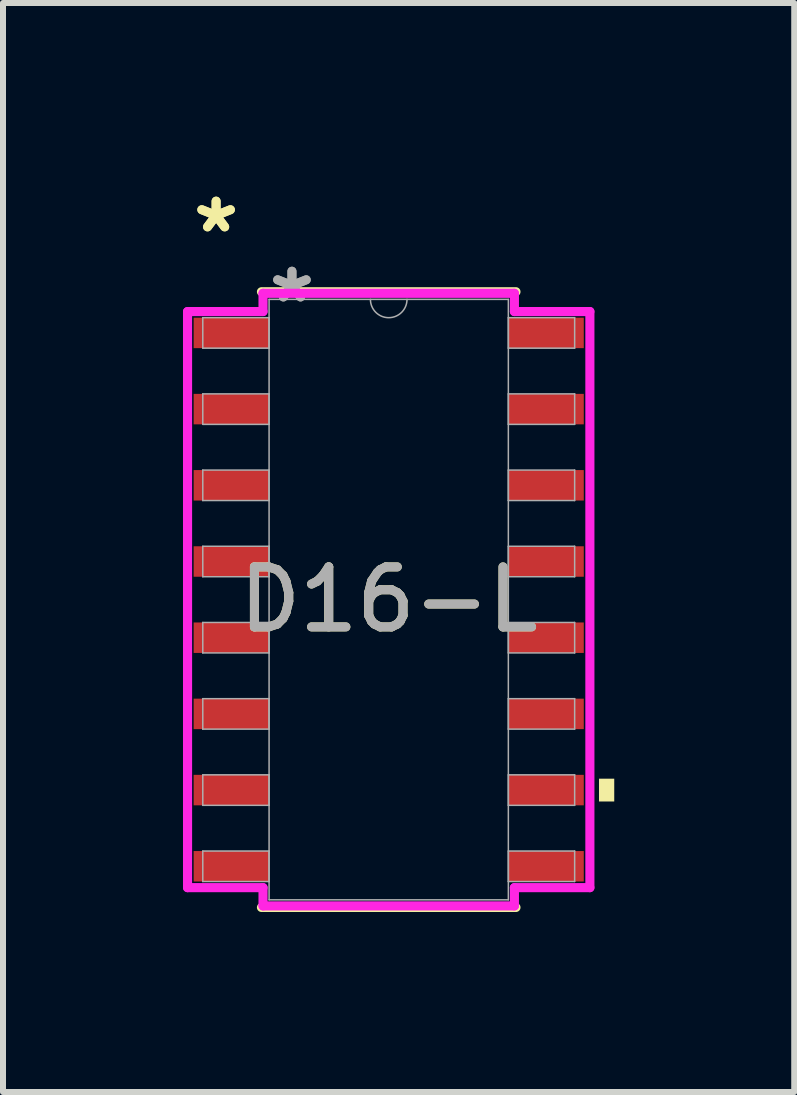
<source format=kicad_pcb>
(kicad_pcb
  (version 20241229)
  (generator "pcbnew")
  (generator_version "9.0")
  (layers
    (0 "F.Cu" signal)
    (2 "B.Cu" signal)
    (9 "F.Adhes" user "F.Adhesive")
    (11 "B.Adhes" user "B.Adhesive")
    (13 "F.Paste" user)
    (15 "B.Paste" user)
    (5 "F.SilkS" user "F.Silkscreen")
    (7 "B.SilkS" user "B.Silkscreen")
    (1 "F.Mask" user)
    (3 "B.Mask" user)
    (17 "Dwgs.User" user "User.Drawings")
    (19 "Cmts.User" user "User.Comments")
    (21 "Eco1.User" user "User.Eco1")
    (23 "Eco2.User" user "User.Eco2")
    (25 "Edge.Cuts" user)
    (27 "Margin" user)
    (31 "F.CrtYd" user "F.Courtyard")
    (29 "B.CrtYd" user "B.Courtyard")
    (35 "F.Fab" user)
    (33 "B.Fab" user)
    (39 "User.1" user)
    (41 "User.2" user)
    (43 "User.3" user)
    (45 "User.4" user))
  (footprint "D16-L"
    (layer "F.Cu")
    (at 3.429 6.944)
    (property "Reference" "D16-L" (at 0 0 0) (unlocked yes) (layer "F.SilkS") (effects (font (size 1 1) (thickness 0.15))))
    (attr smd)
    (fp_line (start -2.121 5.131) (end 2.121 5.131) (stroke (width 0.152) (type solid)) (layer "F.SilkS"))
    (fp_line (start 2.121 -5.131) (end -2.121 -5.131) (stroke (width 0.152) (type solid)) (layer "F.SilkS"))
    (fp_poly (pts (xy 3.759 2.985) (xy 3.759 3.365) (xy 3.505 3.365) (xy 3.505 2.985)) (stroke (width 0) (type solid)) (fill yes) (layer "F.SilkS"))
    (fp_line (start -3.353 -4.801) (end -2.095 -4.801) (stroke (width 0.152) (type solid)) (layer "F.CrtYd"))
    (fp_line (start -3.353 4.801) (end -3.353 -4.801) (stroke (width 0.152) (type solid)) (layer "F.CrtYd"))
    (fp_line (start -3.353 4.801) (end -2.095 4.801) (stroke (width 0.152) (type solid)) (layer "F.CrtYd"))
    (fp_line (start -2.095 -5.105) (end 2.095 -5.105) (stroke (width 0.152) (type solid)) (layer "F.CrtYd"))
    (fp_line (start -2.095 -4.801) (end -2.095 -5.105) (stroke (width 0.152) (type solid)) (layer "F.CrtYd"))
    (fp_line (start -2.095 5.105) (end -2.095 4.801) (stroke (width 0.152) (type solid)) (layer "F.CrtYd"))
    (fp_line (start 2.095 -5.105) (end 2.095 -4.801) (stroke (width 0.152) (type solid)) (layer "F.CrtYd"))
    (fp_line (start 2.095 4.801) (end 2.095 5.105) (stroke (width 0.152) (type solid)) (layer "F.CrtYd"))
    (fp_line (start 2.095 5.105) (end -2.095 5.105) (stroke (width 0.152) (type solid)) (layer "F.CrtYd"))
    (fp_line (start 3.353 -4.801) (end 2.095 -4.801) (stroke (width 0.152) (type solid)) (layer "F.CrtYd"))
    (fp_line (start 3.353 -4.801) (end 3.353 4.801) (stroke (width 0.152) (type solid)) (layer "F.CrtYd"))
    (fp_line (start 3.353 4.801) (end 2.095 4.801) (stroke (width 0.152) (type solid)) (layer "F.CrtYd"))
    (fp_line (start -3.099 -4.699) (end -3.099 -4.191) (stroke (width 0.025) (type solid)) (layer "F.Fab"))
    (fp_line (start -3.099 -4.191) (end -1.994 -4.191) (stroke (width 0.025) (type solid)) (layer "F.Fab"))
    (fp_line (start -3.099 -3.429) (end -3.099 -2.921) (stroke (width 0.025) (type solid)) (layer "F.Fab"))
    (fp_line (start -3.099 -2.921) (end -1.994 -2.921) (stroke (width 0.025) (type solid)) (layer "F.Fab"))
    (fp_line (start -3.099 -2.159) (end -3.099 -1.651) (stroke (width 0.025) (type solid)) (layer "F.Fab"))
    (fp_line (start -3.099 -1.651) (end -1.994 -1.651) (stroke (width 0.025) (type solid)) (layer "F.Fab"))
    (fp_line (start -3.099 -0.889) (end -3.099 -0.381) (stroke (width 0.025) (type solid)) (layer "F.Fab"))
    (fp_line (start -3.099 -0.381) (end -1.994 -0.381) (stroke (width 0.025) (type solid)) (layer "F.Fab"))
    (fp_line (start -3.099 0.381) (end -3.099 0.889) (stroke (width 0.025) (type solid)) (layer "F.Fab"))
    (fp_line (start -3.099 0.889) (end -1.994 0.889) (stroke (width 0.025) (type solid)) (layer "F.Fab"))
    (fp_line (start -3.099 1.651) (end -3.099 2.159) (stroke (width 0.025) (type solid)) (layer "F.Fab"))
    (fp_line (start -3.099 2.159) (end -1.994 2.159) (stroke (width 0.025) (type solid)) (layer "F.Fab"))
    (fp_line (start -3.099 2.921) (end -3.099 3.429) (stroke (width 0.025) (type solid)) (layer "F.Fab"))
    (fp_line (start -3.099 3.429) (end -1.994 3.429) (stroke (width 0.025) (type solid)) (layer "F.Fab"))
    (fp_line (start -3.099 4.191) (end -3.099 4.699) (stroke (width 0.025) (type solid)) (layer "F.Fab"))
    (fp_line (start -3.099 4.699) (end -1.994 4.699) (stroke (width 0.025) (type solid)) (layer "F.Fab"))
    (fp_line (start -1.994 -5.004) (end -1.994 5.004) (stroke (width 0.025) (type solid)) (layer "F.Fab"))
    (fp_line (start -1.994 -4.699) (end -3.099 -4.699) (stroke (width 0.025) (type solid)) (layer "F.Fab"))
    (fp_line (start -1.994 -4.191) (end -1.994 -4.699) (stroke (width 0.025) (type solid)) (layer "F.Fab"))
    (fp_line (start -1.994 -3.429) (end -3.099 -3.429) (stroke (width 0.025) (type solid)) (layer "F.Fab"))
    (fp_line (start -1.994 -2.921) (end -1.994 -3.429) (stroke (width 0.025) (type solid)) (layer "F.Fab"))
    (fp_line (start -1.994 -2.159) (end -3.099 -2.159) (stroke (width 0.025) (type solid)) (layer "F.Fab"))
    (fp_line (start -1.994 -1.651) (end -1.994 -2.159) (stroke (width 0.025) (type solid)) (layer "F.Fab"))
    (fp_line (start -1.994 -0.889) (end -3.099 -0.889) (stroke (width 0.025) (type solid)) (layer "F.Fab"))
    (fp_line (start -1.994 -0.381) (end -1.994 -0.889) (stroke (width 0.025) (type solid)) (layer "F.Fab"))
    (fp_line (start -1.994 0.381) (end -3.099 0.381) (stroke (width 0.025) (type solid)) (layer "F.Fab"))
    (fp_line (start -1.994 0.889) (end -1.994 0.381) (stroke (width 0.025) (type solid)) (layer "F.Fab"))
    (fp_line (start -1.994 1.651) (end -3.099 1.651) (stroke (width 0.025) (type solid)) (layer "F.Fab"))
    (fp_line (start -1.994 2.159) (end -1.994 1.651) (stroke (width 0.025) (type solid)) (layer "F.Fab"))
    (fp_line (start -1.994 2.921) (end -3.099 2.921) (stroke (width 0.025) (type solid)) (layer "F.Fab"))
    (fp_line (start -1.994 3.429) (end -1.994 2.921) (stroke (width 0.025) (type solid)) (layer "F.Fab"))
    (fp_line (start -1.994 4.191) (end -3.099 4.191) (stroke (width 0.025) (type solid)) (layer "F.Fab"))
    (fp_line (start -1.994 4.699) (end -1.994 4.191) (stroke (width 0.025) (type solid)) (layer "F.Fab"))
    (fp_line (start -1.994 5.004) (end 1.994 5.004) (stroke (width 0.025) (type solid)) (layer "F.Fab"))
    (fp_line (start 1.994 -5.004) (end -1.994 -5.004) (stroke (width 0.025) (type solid)) (layer "F.Fab"))
    (fp_line (start 1.994 -4.699) (end 1.994 -4.191) (stroke (width 0.025) (type solid)) (layer "F.Fab"))
    (fp_line (start 1.994 -4.191) (end 3.099 -4.191) (stroke (width 0.025) (type solid)) (layer "F.Fab"))
    (fp_line (start 1.994 -3.429) (end 1.994 -2.921) (stroke (width 0.025) (type solid)) (layer "F.Fab"))
    (fp_line (start 1.994 -2.921) (end 3.099 -2.921) (stroke (width 0.025) (type solid)) (layer "F.Fab"))
    (fp_line (start 1.994 -2.159) (end 1.994 -1.651) (stroke (width 0.025) (type solid)) (layer "F.Fab"))
    (fp_line (start 1.994 -1.651) (end 3.099 -1.651) (stroke (width 0.025) (type solid)) (layer "F.Fab"))
    (fp_line (start 1.994 -0.889) (end 1.994 -0.381) (stroke (width 0.025) (type solid)) (layer "F.Fab"))
    (fp_line (start 1.994 -0.381) (end 3.099 -0.381) (stroke (width 0.025) (type solid)) (layer "F.Fab"))
    (fp_line (start 1.994 0.381) (end 1.994 0.889) (stroke (width 0.025) (type solid)) (layer "F.Fab"))
    (fp_line (start 1.994 0.889) (end 3.099 0.889) (stroke (width 0.025) (type solid)) (layer "F.Fab"))
    (fp_line (start 1.994 1.651) (end 1.994 2.159) (stroke (width 0.025) (type solid)) (layer "F.Fab"))
    (fp_line (start 1.994 2.159) (end 3.099 2.159) (stroke (width 0.025) (type solid)) (layer "F.Fab"))
    (fp_line (start 1.994 2.921) (end 1.994 3.429) (stroke (width 0.025) (type solid)) (layer "F.Fab"))
    (fp_line (start 1.994 3.429) (end 3.099 3.429) (stroke (width 0.025) (type solid)) (layer "F.Fab"))
    (fp_line (start 1.994 4.191) (end 1.994 4.699) (stroke (width 0.025) (type solid)) (layer "F.Fab"))
    (fp_line (start 1.994 4.699) (end 3.099 4.699) (stroke (width 0.025) (type solid)) (layer "F.Fab"))
    (fp_line (start 1.994 5.004) (end 1.994 -5.004) (stroke (width 0.025) (type solid)) (layer "F.Fab"))
    (fp_line (start 3.099 -4.699) (end 1.994 -4.699) (stroke (width 0.025) (type solid)) (layer "F.Fab"))
    (fp_line (start 3.099 -4.191) (end 3.099 -4.699) (stroke (width 0.025) (type solid)) (layer "F.Fab"))
    (fp_line (start 3.099 -3.429) (end 1.994 -3.429) (stroke (width 0.025) (type solid)) (layer "F.Fab"))
    (fp_line (start 3.099 -2.921) (end 3.099 -3.429) (stroke (width 0.025) (type solid)) (layer "F.Fab"))
    (fp_line (start 3.099 -2.159) (end 1.994 -2.159) (stroke (width 0.025) (type solid)) (layer "F.Fab"))
    (fp_line (start 3.099 -1.651) (end 3.099 -2.159) (stroke (width 0.025) (type solid)) (layer "F.Fab"))
    (fp_line (start 3.099 -0.889) (end 1.994 -0.889) (stroke (width 0.025) (type solid)) (layer "F.Fab"))
    (fp_line (start 3.099 -0.381) (end 3.099 -0.889) (stroke (width 0.025) (type solid)) (layer "F.Fab"))
    (fp_line (start 3.099 0.381) (end 1.994 0.381) (stroke (width 0.025) (type solid)) (layer "F.Fab"))
    (fp_line (start 3.099 0.889) (end 3.099 0.381) (stroke (width 0.025) (type solid)) (layer "F.Fab"))
    (fp_line (start 3.099 1.651) (end 1.994 1.651) (stroke (width 0.025) (type solid)) (layer "F.Fab"))
    (fp_line (start 3.099 2.159) (end 3.099 1.651) (stroke (width 0.025) (type solid)) (layer "F.Fab"))
    (fp_line (start 3.099 2.921) (end 1.994 2.921) (stroke (width 0.025) (type solid)) (layer "F.Fab"))
    (fp_line (start 3.099 3.429) (end 3.099 2.921) (stroke (width 0.025) (type solid)) (layer "F.Fab"))
    (fp_line (start 3.099 4.191) (end 1.994 4.191) (stroke (width 0.025) (type solid)) (layer "F.Fab"))
    (fp_line (start 3.099 4.699) (end 3.099 4.191) (stroke (width 0.025) (type solid)) (layer "F.Fab"))
    (fp_arc (start 0.3048 -5.0038) (mid 0 -4.699) (end -0.3048 -5.0038) (stroke (width 0.0254) (type solid)) (layer "F.Fab"))
    (fp_text user "*" (at -2.877 -6.096 0) (unlocked yes) (layer "F.SilkS") (effects (font (size 1 1) (thickness 0.15))))
    (fp_text user "*" (at -2.877 -6.096 0) (layer "F.SilkS") (effects (font (size 1 1) (thickness 0.15))))
    (fp_text user "*" (at -1.613 -4.928 0) (layer "F.Fab") (effects (font (size 1 1) (thickness 0.15))))
    (fp_text user "*" (at -1.613 -4.928 0) (unlocked yes) (layer "F.Fab") (effects (font (size 1 1) (thickness 0.15))))
    (fp_text user "${REFERENCE}" (at 0 0 0) (unlocked yes) (layer "F.Fab") (effects (font (size 1 1) (thickness 0.15))))
    (pad "1" smd rect (at -2.623 -4.445) (size 1.257 0.508) (layers "F.Cu" "F.Mask" "F.Paste"))
    (pad "2" smd rect (at -2.623 -3.175) (size 1.257 0.508) (layers "F.Cu" "F.Mask" "F.Paste"))
    (pad "3" smd rect (at -2.623 -1.905) (size 1.257 0.508) (layers "F.Cu" "F.Mask" "F.Paste"))
    (pad "4" smd rect (at -2.623 -0.635) (size 1.257 0.508) (layers "F.Cu" "F.Mask" "F.Paste"))
    (pad "5" smd rect (at -2.623 0.635) (size 1.257 0.508) (layers "F.Cu" "F.Mask" "F.Paste"))
    (pad "6" smd rect (at -2.623 1.905) (size 1.257 0.508) (layers "F.Cu" "F.Mask" "F.Paste"))
    (pad "7" smd rect (at -2.623 3.175) (size 1.257 0.508) (layers "F.Cu" "F.Mask" "F.Paste"))
    (pad "8" smd rect (at -2.623 4.445) (size 1.257 0.508) (layers "F.Cu" "F.Mask" "F.Paste"))
    (pad "9" smd rect (at 2.623 4.445) (size 1.257 0.508) (layers "F.Cu" "F.Mask" "F.Paste"))
    (pad "10" smd rect (at 2.623 3.175) (size 1.257 0.508) (layers "F.Cu" "F.Mask" "F.Paste"))
    (pad "11" smd rect (at 2.623 1.905) (size 1.257 0.508) (layers "F.Cu" "F.Mask" "F.Paste"))
    (pad "12" smd rect (at 2.623 0.635) (size 1.257 0.508) (layers "F.Cu" "F.Mask" "F.Paste"))
    (pad "13" smd rect (at 2.623 -0.635) (size 1.257 0.508) (layers "F.Cu" "F.Mask" "F.Paste"))
    (pad "14" smd rect (at 2.623 -1.905) (size 1.257 0.508) (layers "F.Cu" "F.Mask" "F.Paste"))
    (pad "15" smd rect (at 2.623 -3.175) (size 1.257 0.508) (layers "F.Cu" "F.Mask" "F.Paste"))
    (pad "16" smd rect (at 2.623 -4.445) (size 1.257 0.508) (layers "F.Cu" "F.Mask" "F.Paste")))
  (gr_rect
    (start -3 -3)
    (end 10.188 15.151)
    (stroke (width 0.1) (type default))
    (fill no)
    (layer "Edge.Cuts")))
</source>
